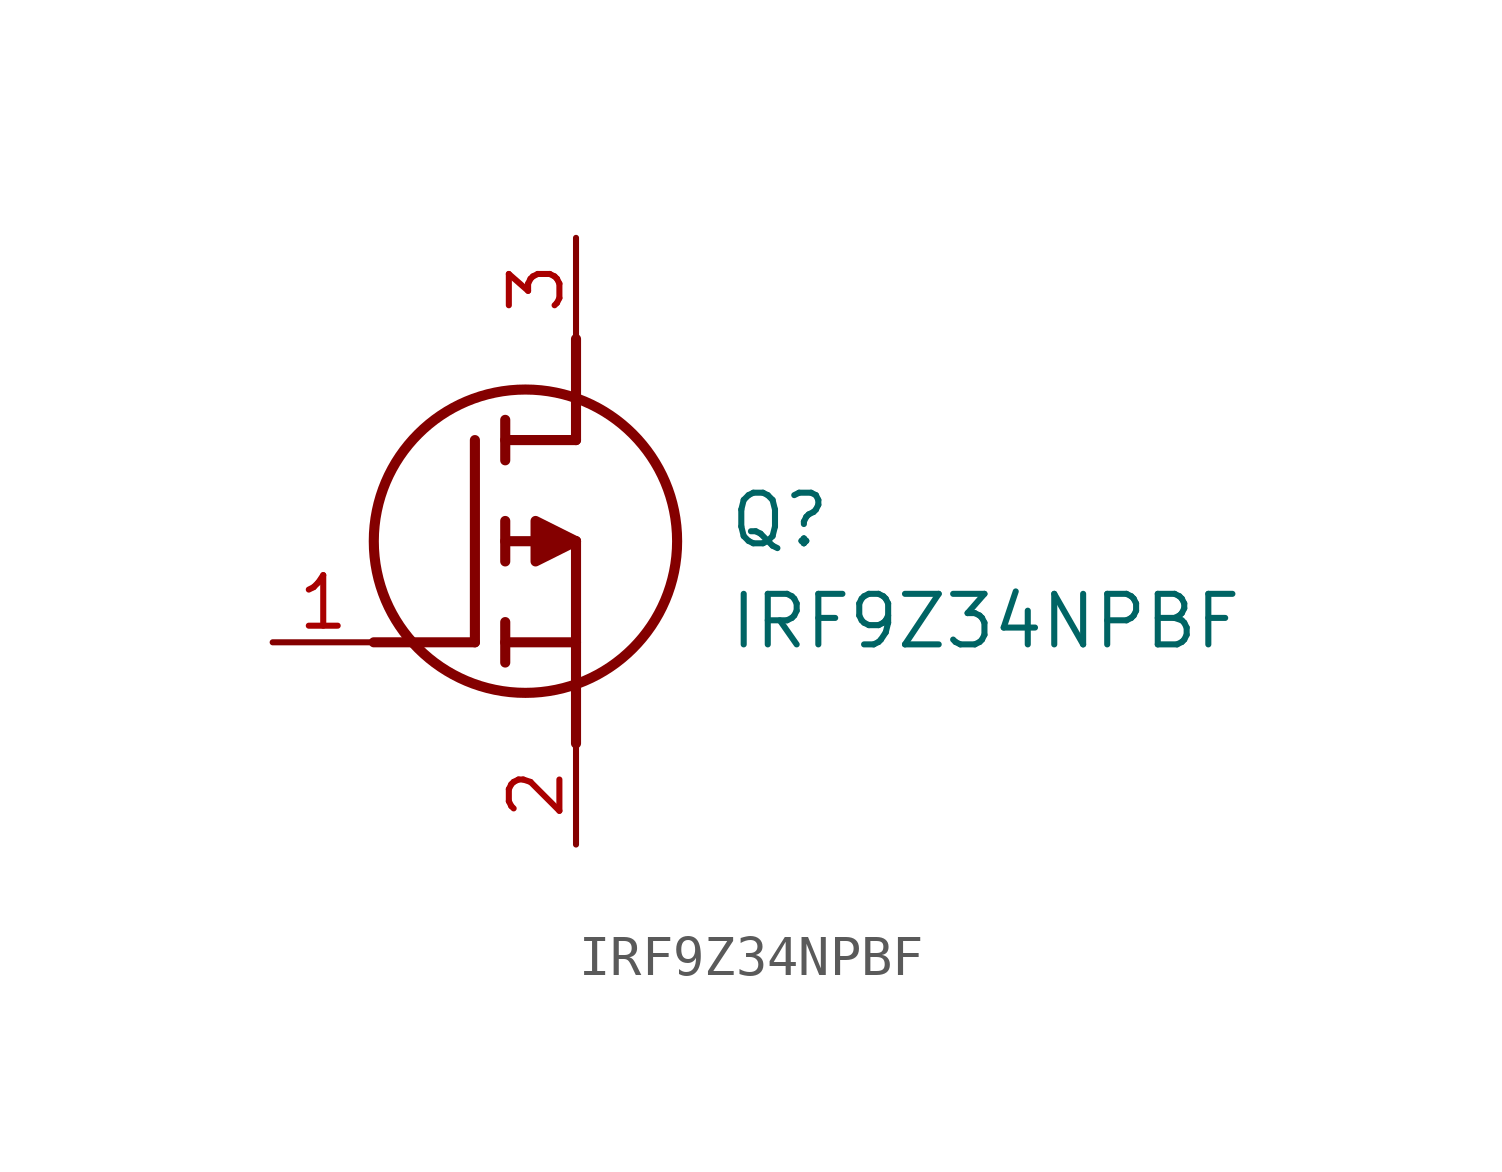
<source format=kicad_sym>
(kicad_symbol_lib
  (version 20211014)
  (generator SamacSys_ECAD_Model)
  (symbol "IRF9Z34NPBF"
    (pin_names hide)
    (property "Reference" "Q"
      (at 11.43 3.81 0)
      (effects (font (size 1.27 1.27)) (justify left top)))
    (property "Value" "IRF9Z34NPBF"
      (at 11.43 1.27 0)
      (effects (font (size 1.27 1.27)) (justify left top)))
    (polyline
      (pts (xy 7.62 2.54) (xy 7.62 -2.54))
      (stroke (width 0.254) (type default))
      (fill (type none)))
    (polyline
      (pts (xy 7.62 5.08) (xy 7.62 7.62))
      (stroke (width 0.254) (type default))
      (fill (type none)))
    (polyline
      (pts (xy 2.54 0) (xy 5.08 0))
      (stroke (width 0.254) (type default))
      (fill (type none)))
    (polyline
      (pts (xy 5.08 5.08) (xy 5.08 0))
      (stroke (width 0.254) (type default))
      (fill (type none)))
    (polyline
      (pts (xy 7.62 2.54) (xy 5.842 2.54))
      (stroke (width 0.254) (type default))
      (fill (type none)))
    (polyline
      (pts (xy 7.62 5.08) (xy 5.842 5.08))
      (stroke (width 0.254) (type default))
      (fill (type none)))
    (polyline
      (pts (xy 5.842 0) (xy 7.62 0))
      (stroke (width 0.254) (type default))
      (fill (type none)))
    (polyline
      (pts (xy 5.842 5.588) (xy 5.842 4.572))
      (stroke (width 0.254) (type default))
      (fill (type none)))
    (polyline
      (pts (xy 5.842 -0.508) (xy 5.842 0.508))
      (stroke (width 0.254) (type default))
      (fill (type none)))
    (polyline
      (pts (xy 5.842 2.032) (xy 5.842 3.048))
      (stroke (width 0.254) (type default))
      (fill (type none)))
    (circle
      (center 6.35 2.54)
      (radius 3.81)
      (stroke (width 0.254) (type default))
      (fill (type none)))
    (polyline
      (pts (xy 7.62 2.54) (xy 6.604 3.048) (xy 6.604 2.032) (xy 7.62 2.54))
      (stroke (width 0.254) (type default))
      (fill (type outline)))
    (pin passive line
      (at 0 0 0)
      (length 2.54)
      (name "G" (effects (font (size 1.27 1.27))))
      (number "1" (effects (font (size 1.27 1.27)))))
    (pin passive line
      (at 7.62 10.16 270)
      (length 2.54)
      (name "D" (effects (font (size 1.27 1.27))))
      (number "3" (effects (font (size 1.27 1.27)))))
    (pin passive line
      (at 7.62 -5.08 90)
      (length 2.54)
      (name "S" (effects (font (size 1.27 1.27))))
      (number "2" (effects (font (size 1.27 1.27)))))))
</source>
